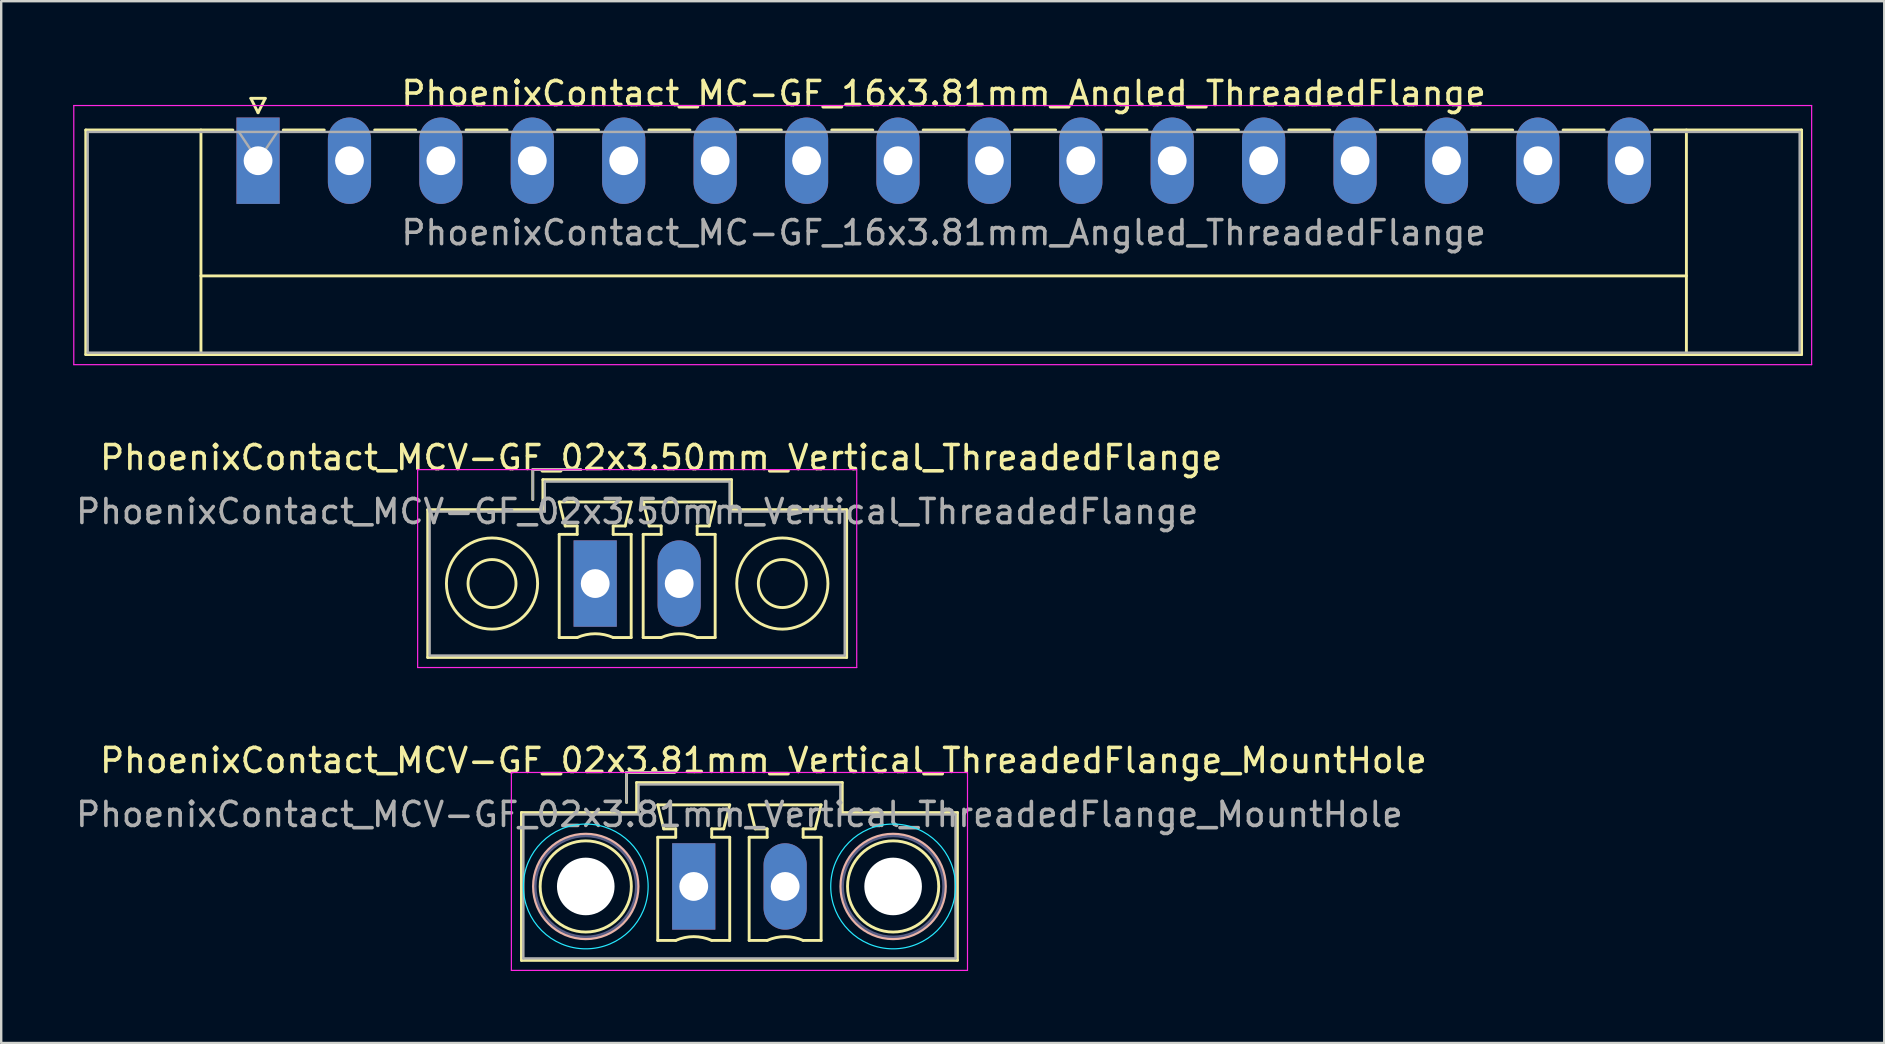
<source format=kicad_pcb>
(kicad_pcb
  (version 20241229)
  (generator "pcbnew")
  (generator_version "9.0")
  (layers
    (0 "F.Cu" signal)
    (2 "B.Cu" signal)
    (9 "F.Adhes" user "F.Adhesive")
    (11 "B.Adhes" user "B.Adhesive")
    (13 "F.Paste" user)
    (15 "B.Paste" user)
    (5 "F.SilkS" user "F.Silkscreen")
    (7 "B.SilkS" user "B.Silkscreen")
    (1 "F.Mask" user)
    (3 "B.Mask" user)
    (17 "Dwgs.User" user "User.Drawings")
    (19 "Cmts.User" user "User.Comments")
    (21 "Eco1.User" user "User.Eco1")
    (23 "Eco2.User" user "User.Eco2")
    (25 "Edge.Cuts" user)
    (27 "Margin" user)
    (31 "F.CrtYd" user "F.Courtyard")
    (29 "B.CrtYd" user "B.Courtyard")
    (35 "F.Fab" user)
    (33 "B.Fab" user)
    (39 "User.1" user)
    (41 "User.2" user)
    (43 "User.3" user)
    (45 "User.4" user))
  (footprint "PhoenixContact_MC-GF_16x3.81mm_Angled_ThreadedFlange"
    (layer "F.Cu")
    (at 7.705 3.648)
    (property "Reference" "PhoenixContact_MC-GF_16x3.81mm_Angled_ThreadedFlange" (at 28.575 -2.8 0) (layer "F.SilkS") (effects (font (size 1 1) (thickness 0.15))))
    (attr through_hole)
    (fp_line (start -7.18 -1.28) (end -7.18 8.08) (stroke (width 0.12) (type solid)) (layer "F.SilkS"))
    (fp_line (start -7.18 -1.28) (end -1.05 -1.28) (stroke (width 0.12) (type solid)) (layer "F.SilkS"))
    (fp_line (start -7.18 8.08) (end 64.33 8.08) (stroke (width 0.12) (type solid)) (layer "F.SilkS"))
    (fp_line (start -2.38 -1.28) (end -2.38 8.08) (stroke (width 0.12) (type solid)) (layer "F.SilkS"))
    (fp_line (start -2.38 4.8) (end 59.53 4.8) (stroke (width 0.12) (type solid)) (layer "F.SilkS"))
    (fp_line (start -0.3 -2.6) (end 0.3 -2.6) (stroke (width 0.12) (type solid)) (layer "F.SilkS"))
    (fp_line (start 0 -2) (end -0.3 -2.6) (stroke (width 0.12) (type solid)) (layer "F.SilkS"))
    (fp_line (start 0.3 -2.6) (end 0 -2) (stroke (width 0.12) (type solid)) (layer "F.SilkS"))
    (fp_line (start 1.05 -1.28) (end 2.76 -1.28) (stroke (width 0.12) (type solid)) (layer "F.SilkS"))
    (fp_line (start 4.86 -1.28) (end 6.57 -1.28) (stroke (width 0.12) (type solid)) (layer "F.SilkS"))
    (fp_line (start 8.67 -1.28) (end 10.38 -1.28) (stroke (width 0.12) (type solid)) (layer "F.SilkS"))
    (fp_line (start 12.48 -1.28) (end 14.19 -1.28) (stroke (width 0.12) (type solid)) (layer "F.SilkS"))
    (fp_line (start 16.29 -1.28) (end 18 -1.28) (stroke (width 0.12) (type solid)) (layer "F.SilkS"))
    (fp_line (start 20.1 -1.28) (end 21.81 -1.28) (stroke (width 0.12) (type solid)) (layer "F.SilkS"))
    (fp_line (start 23.91 -1.28) (end 25.62 -1.28) (stroke (width 0.12) (type solid)) (layer "F.SilkS"))
    (fp_line (start 27.72 -1.28) (end 29.43 -1.28) (stroke (width 0.12) (type solid)) (layer "F.SilkS"))
    (fp_line (start 31.53 -1.28) (end 33.24 -1.28) (stroke (width 0.12) (type solid)) (layer "F.SilkS"))
    (fp_line (start 35.34 -1.28) (end 37.05 -1.28) (stroke (width 0.12) (type solid)) (layer "F.SilkS"))
    (fp_line (start 39.15 -1.28) (end 40.86 -1.28) (stroke (width 0.12) (type solid)) (layer "F.SilkS"))
    (fp_line (start 42.96 -1.28) (end 44.67 -1.28) (stroke (width 0.12) (type solid)) (layer "F.SilkS"))
    (fp_line (start 46.77 -1.28) (end 48.48 -1.28) (stroke (width 0.12) (type solid)) (layer "F.SilkS"))
    (fp_line (start 50.58 -1.28) (end 52.29 -1.28) (stroke (width 0.12) (type solid)) (layer "F.SilkS"))
    (fp_line (start 54.39 -1.28) (end 56.1 -1.28) (stroke (width 0.12) (type solid)) (layer "F.SilkS"))
    (fp_line (start 59.53 -1.28) (end 59.53 8.08) (stroke (width 0.12) (type solid)) (layer "F.SilkS"))
    (fp_line (start 64.33 -1.28) (end 58.2 -1.28) (stroke (width 0.12) (type solid)) (layer "F.SilkS"))
    (fp_line (start 64.33 8.08) (end 64.33 -1.28) (stroke (width 0.12) (type solid)) (layer "F.SilkS"))
    (fp_line (start -7.68 -2.3) (end -7.68 8.5) (stroke (width 0.05) (type solid)) (layer "F.CrtYd"))
    (fp_line (start -7.68 8.5) (end 64.75 8.5) (stroke (width 0.05) (type solid)) (layer "F.CrtYd"))
    (fp_line (start 64.75 -2.3) (end -7.68 -2.3) (stroke (width 0.05) (type solid)) (layer "F.CrtYd"))
    (fp_line (start 64.75 8.5) (end 64.75 -2.3) (stroke (width 0.05) (type solid)) (layer "F.CrtYd"))
    (fp_line (start -7.1 -1.2) (end -7.1 8) (stroke (width 0.1) (type solid)) (layer "F.Fab"))
    (fp_line (start -7.1 8) (end 64.25 8) (stroke (width 0.1) (type solid)) (layer "F.Fab"))
    (fp_line (start 0 0) (end -0.8 -1.2) (stroke (width 0.1) (type solid)) (layer "F.Fab"))
    (fp_line (start 0.8 -1.2) (end 0 0) (stroke (width 0.1) (type solid)) (layer "F.Fab"))
    (fp_line (start 64.25 -1.2) (end -7.1 -1.2) (stroke (width 0.1) (type solid)) (layer "F.Fab"))
    (fp_line (start 64.25 8) (end 64.25 -1.2) (stroke (width 0.1) (type solid)) (layer "F.Fab"))
    (fp_text user "${REFERENCE}" (at 28.575 3 0) (layer "F.Fab") (effects (font (size 1 1) (thickness 0.15))))
    (pad "1" thru_hole rect (at 0 0) (size 1.8 3.6) (drill 1.2) (layers "*.Cu" "*.Mask"))
    (pad "2" thru_hole oval (at 3.81 0) (size 1.8 3.6) (drill 1.2) (layers "*.Cu" "*.Mask"))
    (pad "3" thru_hole oval (at 7.62 0) (size 1.8 3.6) (drill 1.2) (layers "*.Cu" "*.Mask"))
    (pad "4" thru_hole oval (at 11.43 0) (size 1.8 3.6) (drill 1.2) (layers "*.Cu" "*.Mask"))
    (pad "5" thru_hole oval (at 15.24 0) (size 1.8 3.6) (drill 1.2) (layers "*.Cu" "*.Mask"))
    (pad "6" thru_hole oval (at 19.05 0) (size 1.8 3.6) (drill 1.2) (layers "*.Cu" "*.Mask"))
    (pad "7" thru_hole oval (at 22.86 0) (size 1.8 3.6) (drill 1.2) (layers "*.Cu" "*.Mask"))
    (pad "8" thru_hole oval (at 26.67 0) (size 1.8 3.6) (drill 1.2) (layers "*.Cu" "*.Mask"))
    (pad "9" thru_hole oval (at 30.48 0) (size 1.8 3.6) (drill 1.2) (layers "*.Cu" "*.Mask"))
    (pad "10" thru_hole oval (at 34.29 0) (size 1.8 3.6) (drill 1.2) (layers "*.Cu" "*.Mask"))
    (pad "11" thru_hole oval (at 38.1 0) (size 1.8 3.6) (drill 1.2) (layers "*.Cu" "*.Mask"))
    (pad "12" thru_hole oval (at 41.91 0) (size 1.8 3.6) (drill 1.2) (layers "*.Cu" "*.Mask"))
    (pad "13" thru_hole oval (at 45.72 0) (size 1.8 3.6) (drill 1.2) (layers "*.Cu" "*.Mask"))
    (pad "14" thru_hole oval (at 49.53 0) (size 1.8 3.6) (drill 1.2) (layers "*.Cu" "*.Mask"))
    (pad "15" thru_hole oval (at 53.34 0) (size 1.8 3.6) (drill 1.2) (layers "*.Cu" "*.Mask"))
    (pad "16" thru_hole oval (at 57.15 0) (size 1.8 3.6) (drill 1.2) (layers "*.Cu" "*.Mask")))
  (footprint "PhoenixContact_MCV-GF_02x3.50mm_Vertical_ThreadedFlange"
    (layer "F.Cu")
    (at 21.756 21.271)
    (property "Reference" "PhoenixContact_MCV-GF_02x3.50mm_Vertical_ThreadedFlange" (at 2.75 -5.25 0) (layer "F.SilkS") (effects (font (size 1 1) (thickness 0.15))))
    (attr through_hole)
    (fp_line (start -6.98 -3.08) (end -6.98 3.08) (stroke (width 0.12) (type solid)) (layer "F.SilkS"))
    (fp_line (start -6.98 3.08) (end 10.48 3.08) (stroke (width 0.12) (type solid)) (layer "F.SilkS"))
    (fp_line (start -2.6 -4.75) (end -0.6 -4.75) (stroke (width 0.12) (type solid)) (layer "F.SilkS"))
    (fp_line (start -2.6 -3.5) (end -2.6 -4.75) (stroke (width 0.12) (type solid)) (layer "F.SilkS"))
    (fp_line (start -2.18 -4.33) (end -2.18 -3.08) (stroke (width 0.12) (type solid)) (layer "F.SilkS"))
    (fp_line (start -2.18 -3.08) (end -6.98 -3.08) (stroke (width 0.12) (type solid)) (layer "F.SilkS"))
    (fp_line (start -1.5 -3.4) (end 1.5 -3.4) (stroke (width 0.12) (type solid)) (layer "F.SilkS"))
    (fp_line (start -1.5 -2.05) (end -0.75 -2.05) (stroke (width 0.12) (type solid)) (layer "F.SilkS"))
    (fp_line (start -1.5 2.25) (end -1.5 -2.05) (stroke (width 0.12) (type solid)) (layer "F.SilkS"))
    (fp_line (start -1.25 -2.4) (end -1.5 -3.4) (stroke (width 0.12) (type solid)) (layer "F.SilkS"))
    (fp_line (start -0.75 -2.4) (end -1.25 -2.4) (stroke (width 0.12) (type solid)) (layer "F.SilkS"))
    (fp_line (start -0.75 -2.05) (end -0.75 -2.4) (stroke (width 0.12) (type solid)) (layer "F.SilkS"))
    (fp_line (start -0.75 2.25) (end -1.5 2.25) (stroke (width 0.12) (type solid)) (layer "F.SilkS"))
    (fp_line (start 0.75 -2.4) (end 0.75 -2.05) (stroke (width 0.12) (type solid)) (layer "F.SilkS"))
    (fp_line (start 0.75 -2.05) (end 1.5 -2.05) (stroke (width 0.12) (type solid)) (layer "F.SilkS"))
    (fp_line (start 1.25 -2.4) (end 0.75 -2.4) (stroke (width 0.12) (type solid)) (layer "F.SilkS"))
    (fp_line (start 1.5 -3.4) (end 1.25 -2.4) (stroke (width 0.12) (type solid)) (layer "F.SilkS"))
    (fp_line (start 1.5 -2.05) (end 1.5 2.25) (stroke (width 0.12) (type solid)) (layer "F.SilkS"))
    (fp_line (start 1.5 2.25) (end 0.75 2.25) (stroke (width 0.12) (type solid)) (layer "F.SilkS"))
    (fp_line (start 2 -3.4) (end 5 -3.4) (stroke (width 0.12) (type solid)) (layer "F.SilkS"))
    (fp_line (start 2 -2.05) (end 2.75 -2.05) (stroke (width 0.12) (type solid)) (layer "F.SilkS"))
    (fp_line (start 2 2.25) (end 2 -2.05) (stroke (width 0.12) (type solid)) (layer "F.SilkS"))
    (fp_line (start 2.25 -2.4) (end 2 -3.4) (stroke (width 0.12) (type solid)) (layer "F.SilkS"))
    (fp_line (start 2.75 -2.4) (end 2.25 -2.4) (stroke (width 0.12) (type solid)) (layer "F.SilkS"))
    (fp_line (start 2.75 -2.05) (end 2.75 -2.4) (stroke (width 0.12) (type solid)) (layer "F.SilkS"))
    (fp_line (start 2.75 2.25) (end 2 2.25) (stroke (width 0.12) (type solid)) (layer "F.SilkS"))
    (fp_line (start 4.25 -2.4) (end 4.25 -2.05) (stroke (width 0.12) (type solid)) (layer "F.SilkS"))
    (fp_line (start 4.25 -2.05) (end 5 -2.05) (stroke (width 0.12) (type solid)) (layer "F.SilkS"))
    (fp_line (start 4.75 -2.4) (end 4.25 -2.4) (stroke (width 0.12) (type solid)) (layer "F.SilkS"))
    (fp_line (start 5 -3.4) (end 4.75 -2.4) (stroke (width 0.12) (type solid)) (layer "F.SilkS"))
    (fp_line (start 5 -2.05) (end 5 2.25) (stroke (width 0.12) (type solid)) (layer "F.SilkS"))
    (fp_line (start 5 2.25) (end 4.25 2.25) (stroke (width 0.12) (type solid)) (layer "F.SilkS"))
    (fp_line (start 5.68 -4.33) (end -2.18 -4.33) (stroke (width 0.12) (type solid)) (layer "F.SilkS"))
    (fp_line (start 5.68 -3.08) (end 5.68 -4.33) (stroke (width 0.12) (type solid)) (layer "F.SilkS"))
    (fp_line (start 10.48 -3.08) (end 5.68 -3.08) (stroke (width 0.12) (type solid)) (layer "F.SilkS"))
    (fp_line (start 10.48 3.08) (end 10.48 -3.08) (stroke (width 0.12) (type solid)) (layer "F.SilkS"))
    (fp_arc (start -0.75 2.25) (mid -0.000193 2.09191) (end 0.749647 2.249844) (stroke (width 0.12) (type solid)) (layer "F.SilkS"))
    (fp_arc (start 2.75 2.25) (mid 3.499807 2.09191) (end 4.249647 2.249844) (stroke (width 0.12) (type solid)) (layer "F.SilkS"))
    (fp_circle (center -4.3 0) (end -3.3 0) (stroke (width 0.12) (type solid)) (fill no) (layer "F.SilkS"))
    (fp_circle (center -4.3 0) (end -2.4 0) (stroke (width 0.12) (type solid)) (fill no) (layer "F.SilkS"))
    (fp_circle (center 7.8 0) (end 8.8 0) (stroke (width 0.12) (type solid)) (fill no) (layer "F.SilkS"))
    (fp_circle (center 7.8 0) (end 9.7 0) (stroke (width 0.12) (type solid)) (fill no) (layer "F.SilkS"))
    (fp_line (start -7.4 -4.75) (end -7.4 3.5) (stroke (width 0.05) (type solid)) (layer "F.CrtYd"))
    (fp_line (start -7.4 3.5) (end 10.9 3.5) (stroke (width 0.05) (type solid)) (layer "F.CrtYd"))
    (fp_line (start 10.9 -4.75) (end -7.4 -4.75) (stroke (width 0.05) (type solid)) (layer "F.CrtYd"))
    (fp_line (start 10.9 3.5) (end 10.9 -4.75) (stroke (width 0.05) (type solid)) (layer "F.CrtYd"))
    (fp_line (start -6.9 -3) (end -6.9 3) (stroke (width 0.1) (type solid)) (layer "F.Fab"))
    (fp_line (start -6.9 3) (end 10.4 3) (stroke (width 0.1) (type solid)) (layer "F.Fab"))
    (fp_line (start -2.6 -4.75) (end -0.6 -4.75) (stroke (width 0.1) (type solid)) (layer "F.Fab"))
    (fp_line (start -2.6 -3.5) (end -2.6 -4.75) (stroke (width 0.1) (type solid)) (layer "F.Fab"))
    (fp_line (start -2.1 -4.25) (end -2.1 -3) (stroke (width 0.1) (type solid)) (layer "F.Fab"))
    (fp_line (start -2.1 -3) (end -6.9 -3) (stroke (width 0.1) (type solid)) (layer "F.Fab"))
    (fp_line (start 5.6 -4.25) (end -2.1 -4.25) (stroke (width 0.1) (type solid)) (layer "F.Fab"))
    (fp_line (start 5.6 -3) (end 5.6 -4.25) (stroke (width 0.1) (type solid)) (layer "F.Fab"))
    (fp_line (start 10.4 -3) (end 5.6 -3) (stroke (width 0.1) (type solid)) (layer "F.Fab"))
    (fp_line (start 10.4 3) (end 10.4 -3) (stroke (width 0.1) (type solid)) (layer "F.Fab"))
    (fp_text user "${REFERENCE}" (at 1.75 -3 0) (layer "F.Fab") (effects (font (size 1 1) (thickness 0.15))))
    (pad "1" thru_hole rect (at 0 0) (size 1.8 3.6) (drill 1.2) (layers "*.Cu" "*.Mask"))
    (pad "2" thru_hole oval (at 3.5 0) (size 1.8 3.6) (drill 1.2) (layers "*.Cu" "*.Mask")))
  (footprint "PhoenixContact_MCV-GF_02x3.81mm_Vertical_ThreadedFlange_MountHole"
    (layer "F.Cu")
    (at 25.863 33.895)
    (property "Reference" "PhoenixContact_MCV-GF_02x3.81mm_Vertical_ThreadedFlange_MountHole" (at 2.905 -5.25 0) (layer "F.SilkS") (effects (font (size 1 1) (thickness 0.15))))
    (attr through_hole)
    (fp_line (start -7.18 -3.08) (end -7.18 3.08) (stroke (width 0.12) (type solid)) (layer "F.SilkS"))
    (fp_line (start -7.18 3.08) (end 10.99 3.08) (stroke (width 0.12) (type solid)) (layer "F.SilkS"))
    (fp_line (start -2.8 -4.75) (end -0.8 -4.75) (stroke (width 0.12) (type solid)) (layer "F.SilkS"))
    (fp_line (start -2.8 -3.5) (end -2.8 -4.75) (stroke (width 0.12) (type solid)) (layer "F.SilkS"))
    (fp_line (start -2.38 -4.33) (end -2.38 -3.08) (stroke (width 0.12) (type solid)) (layer "F.SilkS"))
    (fp_line (start -2.38 -3.08) (end -7.18 -3.08) (stroke (width 0.12) (type solid)) (layer "F.SilkS"))
    (fp_line (start -1.5 -3.4) (end 1.5 -3.4) (stroke (width 0.12) (type solid)) (layer "F.SilkS"))
    (fp_line (start -1.5 -2.05) (end -0.75 -2.05) (stroke (width 0.12) (type solid)) (layer "F.SilkS"))
    (fp_line (start -1.5 2.25) (end -1.5 -2.05) (stroke (width 0.12) (type solid)) (layer "F.SilkS"))
    (fp_line (start -1.25 -2.4) (end -1.5 -3.4) (stroke (width 0.12) (type solid)) (layer "F.SilkS"))
    (fp_line (start -0.75 -2.4) (end -1.25 -2.4) (stroke (width 0.12) (type solid)) (layer "F.SilkS"))
    (fp_line (start -0.75 -2.05) (end -0.75 -2.4) (stroke (width 0.12) (type solid)) (layer "F.SilkS"))
    (fp_line (start -0.75 2.25) (end -1.5 2.25) (stroke (width 0.12) (type solid)) (layer "F.SilkS"))
    (fp_line (start 0.75 -2.4) (end 0.75 -2.05) (stroke (width 0.12) (type solid)) (layer "F.SilkS"))
    (fp_line (start 0.75 -2.05) (end 1.5 -2.05) (stroke (width 0.12) (type solid)) (layer "F.SilkS"))
    (fp_line (start 1.25 -2.4) (end 0.75 -2.4) (stroke (width 0.12) (type solid)) (layer "F.SilkS"))
    (fp_line (start 1.5 -3.4) (end 1.25 -2.4) (stroke (width 0.12) (type solid)) (layer "F.SilkS"))
    (fp_line (start 1.5 -2.05) (end 1.5 2.25) (stroke (width 0.12) (type solid)) (layer "F.SilkS"))
    (fp_line (start 1.5 2.25) (end 0.75 2.25) (stroke (width 0.12) (type solid)) (layer "F.SilkS"))
    (fp_line (start 2.31 -3.4) (end 5.31 -3.4) (stroke (width 0.12) (type solid)) (layer "F.SilkS"))
    (fp_line (start 2.31 -2.05) (end 3.06 -2.05) (stroke (width 0.12) (type solid)) (layer "F.SilkS"))
    (fp_line (start 2.31 2.25) (end 2.31 -2.05) (stroke (width 0.12) (type solid)) (layer "F.SilkS"))
    (fp_line (start 2.56 -2.4) (end 2.31 -3.4) (stroke (width 0.12) (type solid)) (layer "F.SilkS"))
    (fp_line (start 3.06 -2.4) (end 2.56 -2.4) (stroke (width 0.12) (type solid)) (layer "F.SilkS"))
    (fp_line (start 3.06 -2.05) (end 3.06 -2.4) (stroke (width 0.12) (type solid)) (layer "F.SilkS"))
    (fp_line (start 3.06 2.25) (end 2.31 2.25) (stroke (width 0.12) (type solid)) (layer "F.SilkS"))
    (fp_line (start 4.56 -2.4) (end 4.56 -2.05) (stroke (width 0.12) (type solid)) (layer "F.SilkS"))
    (fp_line (start 4.56 -2.05) (end 5.31 -2.05) (stroke (width 0.12) (type solid)) (layer "F.SilkS"))
    (fp_line (start 5.06 -2.4) (end 4.56 -2.4) (stroke (width 0.12) (type solid)) (layer "F.SilkS"))
    (fp_line (start 5.31 -3.4) (end 5.06 -2.4) (stroke (width 0.12) (type solid)) (layer "F.SilkS"))
    (fp_line (start 5.31 -2.05) (end 5.31 2.25) (stroke (width 0.12) (type solid)) (layer "F.SilkS"))
    (fp_line (start 5.31 2.25) (end 4.56 2.25) (stroke (width 0.12) (type solid)) (layer "F.SilkS"))
    (fp_line (start 6.19 -4.33) (end -2.38 -4.33) (stroke (width 0.12) (type solid)) (layer "F.SilkS"))
    (fp_line (start 6.19 -3.08) (end 6.19 -4.33) (stroke (width 0.12) (type solid)) (layer "F.SilkS"))
    (fp_line (start 10.99 -3.08) (end 6.19 -3.08) (stroke (width 0.12) (type solid)) (layer "F.SilkS"))
    (fp_line (start 10.99 3.08) (end 10.99 -3.08) (stroke (width 0.12) (type solid)) (layer "F.SilkS"))
    (fp_arc (start -0.75 2.25) (mid -0.000193 2.09191) (end 0.749647 2.249844) (stroke (width 0.12) (type solid)) (layer "F.SilkS"))
    (fp_arc (start 3.06 2.25) (mid 3.809807 2.09191) (end 4.559647 2.249844) (stroke (width 0.12) (type solid)) (layer "F.SilkS"))
    (fp_circle (center -4.5 0) (end -2.6 0) (stroke (width 0.12) (type solid)) (fill no) (layer "F.SilkS"))
    (fp_circle (center 8.31 0) (end 10.21 0) (stroke (width 0.12) (type solid)) (fill no) (layer "F.SilkS"))
    (fp_circle (center -4.5 0) (end -2.32 0) (stroke (width 0.12) (type solid)) (fill no) (layer "B.SilkS"))
    (fp_circle (center 8.31 0) (end 10.49 0) (stroke (width 0.12) (type solid)) (fill no) (layer "B.SilkS"))
    (fp_circle (center -4.5 0) (end -1.9 0) (stroke (width 0.05) (type solid)) (fill no) (layer "B.CrtYd"))
    (fp_circle (center 8.31 0) (end 10.91 0) (stroke (width 0.05) (type solid)) (fill no) (layer "B.CrtYd"))
    (fp_line (start -7.6 -4.75) (end -7.6 3.5) (stroke (width 0.05) (type solid)) (layer "F.CrtYd"))
    (fp_line (start -7.6 3.5) (end 11.41 3.5) (stroke (width 0.05) (type solid)) (layer "F.CrtYd"))
    (fp_line (start 11.41 -4.75) (end -7.6 -4.75) (stroke (width 0.05) (type solid)) (layer "F.CrtYd"))
    (fp_line (start 11.41 3.5) (end 11.41 -4.75) (stroke (width 0.05) (type solid)) (layer "F.CrtYd"))
    (fp_circle (center -4.5 0) (end -2.4 0) (stroke (width 0.1) (type solid)) (fill no) (layer "B.Fab"))
    (fp_circle (center 8.31 0) (end 10.41 0) (stroke (width 0.1) (type solid)) (fill no) (layer "B.Fab"))
    (fp_line (start -7.1 -3) (end -7.1 3) (stroke (width 0.1) (type solid)) (layer "F.Fab"))
    (fp_line (start -7.1 3) (end 10.91 3) (stroke (width 0.1) (type solid)) (layer "F.Fab"))
    (fp_line (start -2.8 -4.75) (end -0.8 -4.75) (stroke (width 0.1) (type solid)) (layer "F.Fab"))
    (fp_line (start -2.8 -3.5) (end -2.8 -4.75) (stroke (width 0.1) (type solid)) (layer "F.Fab"))
    (fp_line (start -2.3 -4.25) (end -2.3 -3) (stroke (width 0.1) (type solid)) (layer "F.Fab"))
    (fp_line (start -2.3 -3) (end -7.1 -3) (stroke (width 0.1) (type solid)) (layer "F.Fab"))
    (fp_line (start 6.11 -4.25) (end -2.3 -4.25) (stroke (width 0.1) (type solid)) (layer "F.Fab"))
    (fp_line (start 6.11 -3) (end 6.11 -4.25) (stroke (width 0.1) (type solid)) (layer "F.Fab"))
    (fp_line (start 10.91 -3) (end 6.11 -3) (stroke (width 0.1) (type solid)) (layer "F.Fab"))
    (fp_line (start 10.91 3) (end 10.91 -3) (stroke (width 0.1) (type solid)) (layer "F.Fab"))
    (fp_text user "${REFERENCE}" (at 1.905 -3 0) (layer "F.Fab") (effects (font (size 1 1) (thickness 0.15))))
    (pad "" np_thru_hole circle (at -4.5 0) (size 2.4 2.4) (drill 2.4) (layers "*.Cu" "*.Mask"))
    (pad "" np_thru_hole circle (at 8.31 0) (size 2.4 2.4) (drill 2.4) (layers "*.Cu" "*.Mask"))
    (pad "1" thru_hole rect (at 0 0) (size 1.8 3.6) (drill 1.2) (layers "*.Cu" "*.Mask"))
    (pad "2" thru_hole oval (at 3.81 0) (size 1.8 3.6) (drill 1.2) (layers "*.Cu" "*.Mask")))
  (gr_rect
    (start -3 -3)
    (end 75.48 40.42)
    (stroke (width 0.1) (type default))
    (fill no)
    (layer "Edge.Cuts")))
</source>
